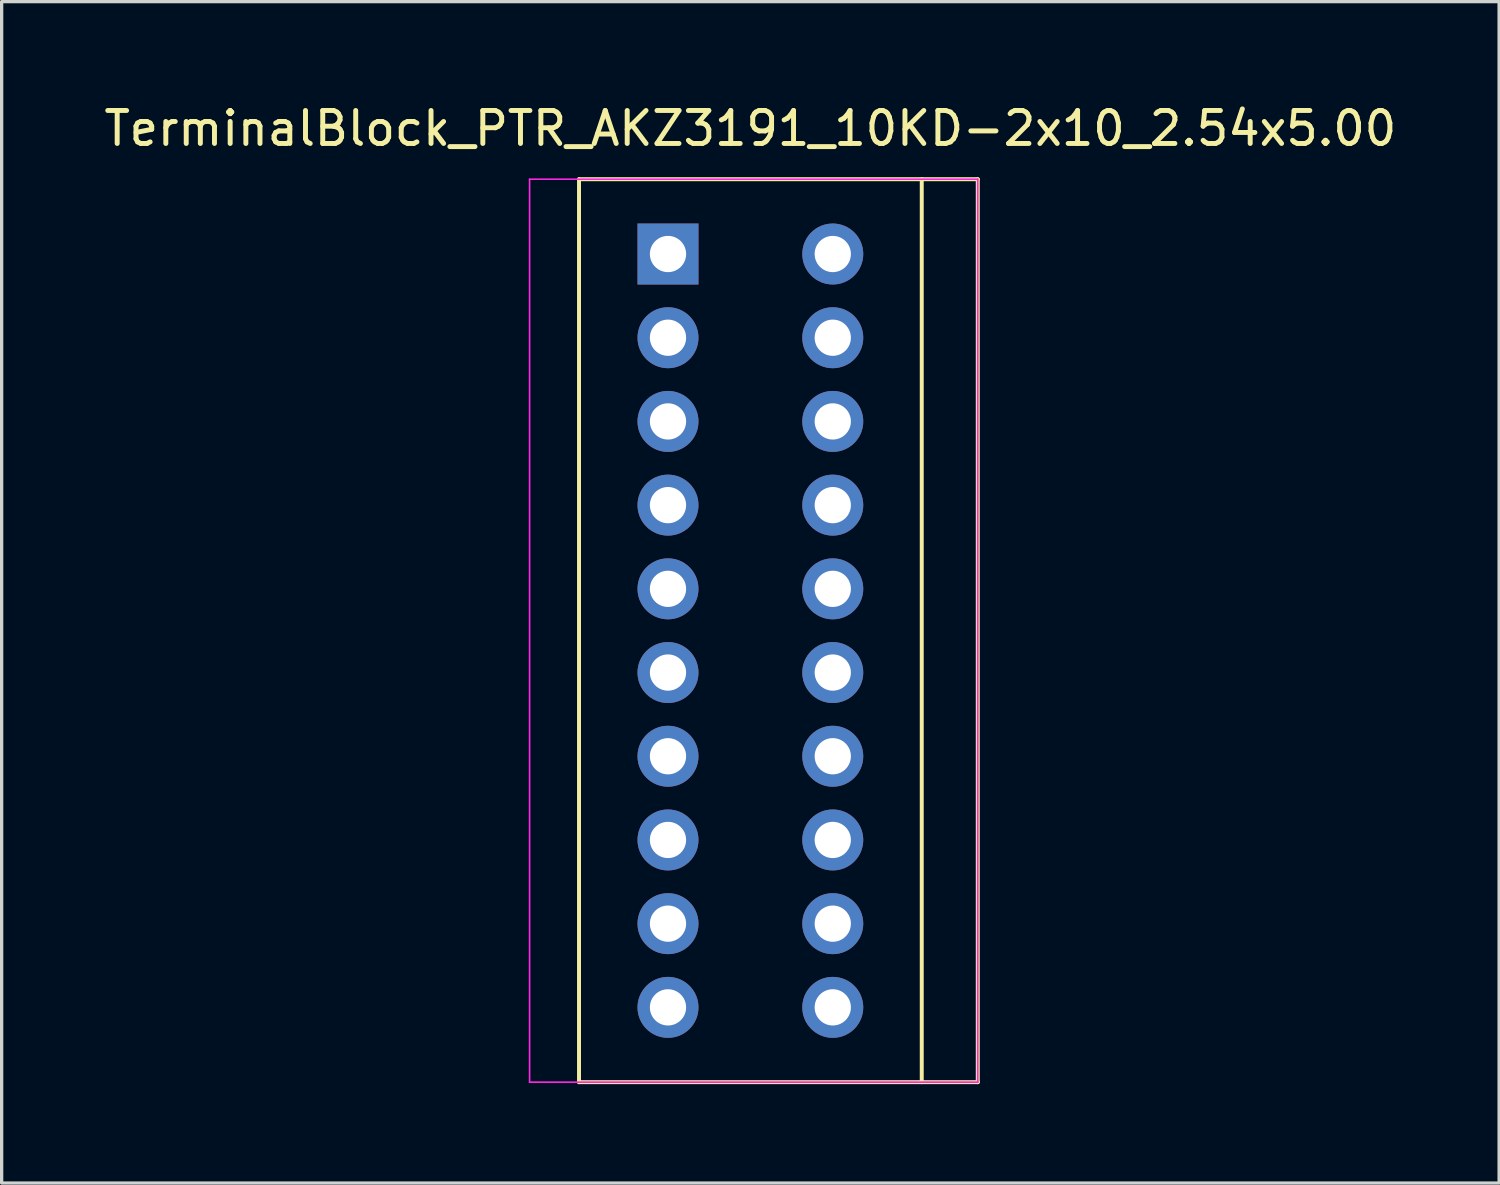
<source format=kicad_pcb>
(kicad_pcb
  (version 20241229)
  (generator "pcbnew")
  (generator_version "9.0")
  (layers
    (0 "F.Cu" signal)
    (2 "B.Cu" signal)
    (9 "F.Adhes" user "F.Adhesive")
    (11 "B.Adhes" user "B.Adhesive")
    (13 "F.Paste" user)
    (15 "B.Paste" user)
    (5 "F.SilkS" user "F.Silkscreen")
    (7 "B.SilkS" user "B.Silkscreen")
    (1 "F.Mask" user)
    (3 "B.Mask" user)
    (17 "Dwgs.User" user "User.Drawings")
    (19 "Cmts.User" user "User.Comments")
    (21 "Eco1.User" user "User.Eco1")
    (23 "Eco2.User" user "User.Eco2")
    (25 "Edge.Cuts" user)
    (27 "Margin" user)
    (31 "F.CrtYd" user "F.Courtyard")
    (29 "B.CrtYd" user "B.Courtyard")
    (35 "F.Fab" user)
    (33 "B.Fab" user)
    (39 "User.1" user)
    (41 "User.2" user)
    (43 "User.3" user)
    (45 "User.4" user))
  (footprint "TerminalBlock_PTR_AKZ3191_10KD-2x10_2.54x5.00"
    (layer "F.Cu")
    (at 19.72 16.088)
    (property "Reference" "TerminalBlock_PTR_AKZ3191_10KD-2x10_2.54x5.00" (at 0 -15.24 0) (layer "F.SilkS") (effects (font (size 1 1) (thickness 0.15))))
    (attr through_hole)
    (fp_line (start -5.2 13.7) (end -5.2 -13.7) (stroke (width 0.12) (type solid)) (layer "F.SilkS"))
    (fp_line (start -5.2 13.7) (end 6.9 13.7) (stroke (width 0.12) (type solid)) (layer "F.SilkS"))
    (fp_line (start 5.2 13.7) (end 5.2 -13.7) (stroke (width 0.12) (type solid)) (layer "F.SilkS"))
    (fp_line (start 6.9 -13.7) (end -5.2 -13.7) (stroke (width 0.12) (type solid)) (layer "F.SilkS"))
    (fp_line (start 6.9 -13.7) (end 6.9 13.7) (stroke (width 0.12) (type solid)) (layer "F.SilkS"))
    (fp_line (start -6.7 -13.7) (end 6.9 -13.7) (stroke (width 0.05) (type solid)) (layer "F.CrtYd"))
    (fp_line (start -6.7 13.7) (end -6.7 -13.7) (stroke (width 0.05) (type solid)) (layer "F.CrtYd"))
    (fp_line (start 6.9 -13.7) (end 6.9 13.7) (stroke (width 0.05) (type solid)) (layer "F.CrtYd"))
    (fp_line (start 6.9 13.7) (end -6.7 13.7) (stroke (width 0.05) (type solid)) (layer "F.CrtYd"))
    (pad "1" thru_hole rect (at -2.5 -11.43) (size 1.85 1.85) (drill 1.1) (layers "*.Cu" "*.Mask"))
    (pad "2" thru_hole circle (at -2.5 -8.89) (size 1.85 1.85) (drill 1.1) (layers "*.Cu" "*.Mask"))
    (pad "3" thru_hole circle (at -2.5 -6.35) (size 1.85 1.85) (drill 1.1) (layers "*.Cu" "*.Mask"))
    (pad "4" thru_hole circle (at -2.5 -3.81) (size 1.85 1.85) (drill 1.1) (layers "*.Cu" "*.Mask"))
    (pad "5" thru_hole circle (at -2.5 -1.27) (size 1.85 1.85) (drill 1.1) (layers "*.Cu" "*.Mask"))
    (pad "6" thru_hole circle (at -2.5 1.27) (size 1.85 1.85) (drill 1.1) (layers "*.Cu" "*.Mask"))
    (pad "7" thru_hole circle (at -2.5 3.81) (size 1.85 1.85) (drill 1.1) (layers "*.Cu" "*.Mask"))
    (pad "8" thru_hole circle (at -2.5 6.35) (size 1.85 1.85) (drill 1.1) (layers "*.Cu" "*.Mask"))
    (pad "9" thru_hole circle (at -2.5 8.89) (size 1.85 1.85) (drill 1.1) (layers "*.Cu" "*.Mask"))
    (pad "10" thru_hole circle (at -2.5 11.43) (size 1.85 1.85) (drill 1.1) (layers "*.Cu" "*.Mask"))
    (pad "11" thru_hole circle (at 2.5 -11.43) (size 1.85 1.85) (drill 1.1) (layers "*.Cu" "*.Mask"))
    (pad "12" thru_hole circle (at 2.5 -8.89) (size 1.85 1.85) (drill 1.1) (layers "*.Cu" "*.Mask"))
    (pad "13" thru_hole circle (at 2.5 -6.35) (size 1.85 1.85) (drill 1.1) (layers "*.Cu" "*.Mask"))
    (pad "14" thru_hole circle (at 2.5 -3.81) (size 1.85 1.85) (drill 1.1) (layers "*.Cu" "*.Mask"))
    (pad "15" thru_hole circle (at 2.5 -1.27) (size 1.85 1.85) (drill 1.1) (layers "*.Cu" "*.Mask"))
    (pad "16" thru_hole circle (at 2.5 1.27) (size 1.85 1.85) (drill 1.1) (layers "*.Cu" "*.Mask"))
    (pad "17" thru_hole circle (at 2.5 3.81) (size 1.85 1.85) (drill 1.1) (layers "*.Cu" "*.Mask"))
    (pad "18" thru_hole circle (at 2.5 6.35) (size 1.85 1.85) (drill 1.1) (layers "*.Cu" "*.Mask"))
    (pad "19" thru_hole circle (at 2.5 8.89) (size 1.85 1.85) (drill 1.1) (layers "*.Cu" "*.Mask"))
    (pad "20" thru_hole circle (at 2.5 11.43) (size 1.85 1.85) (drill 1.1) (layers "*.Cu" "*.Mask")))
  (gr_rect
    (start -3 -3)
    (end 42.44 32.848)
    (stroke (width 0.1) (type default))
    (fill no)
    (layer "Edge.Cuts")))
</source>
